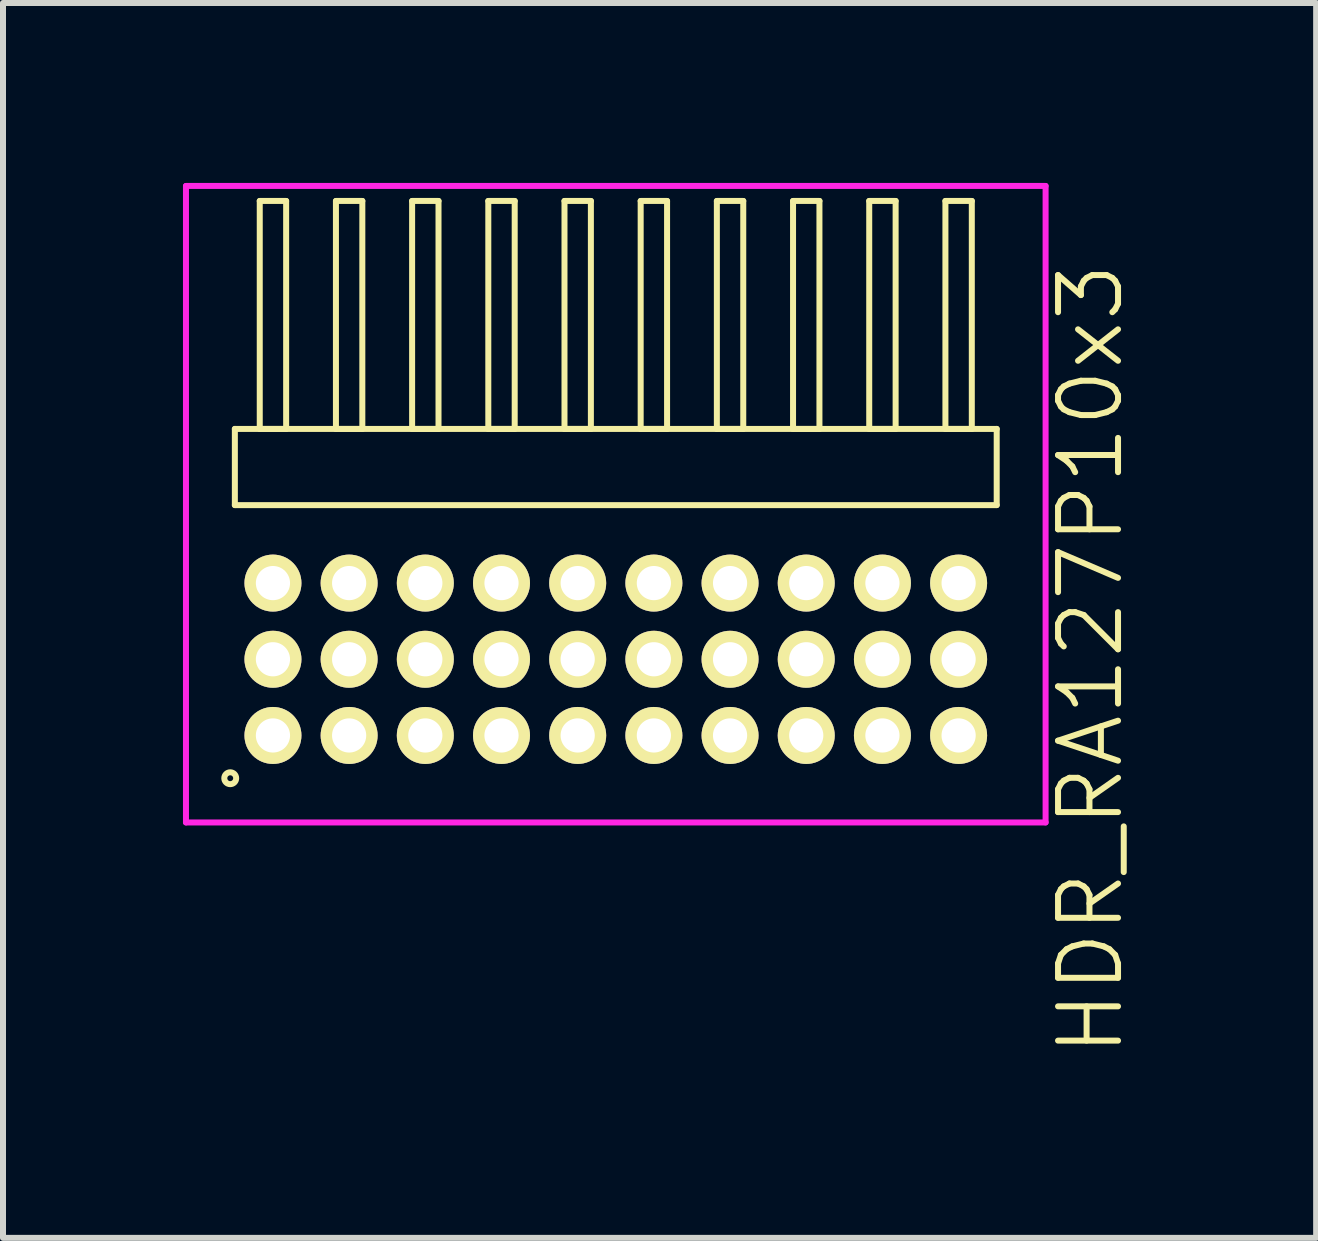
<source format=kicad_pcb>
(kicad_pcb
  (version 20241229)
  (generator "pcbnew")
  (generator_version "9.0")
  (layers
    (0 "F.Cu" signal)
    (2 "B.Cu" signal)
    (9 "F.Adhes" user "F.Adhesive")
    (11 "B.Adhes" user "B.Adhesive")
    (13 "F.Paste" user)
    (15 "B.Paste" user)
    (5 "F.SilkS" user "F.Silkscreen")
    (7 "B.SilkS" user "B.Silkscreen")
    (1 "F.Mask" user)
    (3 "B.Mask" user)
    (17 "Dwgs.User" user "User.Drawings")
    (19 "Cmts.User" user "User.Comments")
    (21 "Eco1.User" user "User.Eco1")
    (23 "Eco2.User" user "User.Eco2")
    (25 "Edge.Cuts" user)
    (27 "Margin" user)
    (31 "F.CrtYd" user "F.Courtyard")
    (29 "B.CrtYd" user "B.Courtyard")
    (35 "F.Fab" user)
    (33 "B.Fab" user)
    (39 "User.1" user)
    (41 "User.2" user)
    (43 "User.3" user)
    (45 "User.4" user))
  (footprint "HDR_RA127P10x3"
    (layer "F.Cu")
    (at 7.215 7.94)
    (property "Reference" "HDR_RA127P10x3" (at 7.915 0 90) (layer "F.SilkS") (effects (font (size 1 1) (thickness 0.1))))
    (attr through_hole)
    (fp_line (start -6.35 -3.84) (end -6.35 -2.57) (stroke (width 0.1) (type solid)) (layer "F.SilkS"))
    (fp_line (start -6.35 -2.57) (end 6.35 -2.57) (stroke (width 0.1) (type solid)) (layer "F.SilkS"))
    (fp_line (start -5.935 -7.64) (end -5.935 -3.84) (stroke (width 0.1) (type solid)) (layer "F.SilkS"))
    (fp_line (start -5.935 -3.84) (end -5.495 -3.84) (stroke (width 0.1) (type solid)) (layer "F.SilkS"))
    (fp_line (start -5.495 -7.64) (end -5.935 -7.64) (stroke (width 0.1) (type solid)) (layer "F.SilkS"))
    (fp_line (start -5.495 -3.84) (end -5.495 -7.64) (stroke (width 0.1) (type solid)) (layer "F.SilkS"))
    (fp_line (start -4.665 -7.64) (end -4.665 -3.84) (stroke (width 0.1) (type solid)) (layer "F.SilkS"))
    (fp_line (start -4.665 -3.84) (end -4.225 -3.84) (stroke (width 0.1) (type solid)) (layer "F.SilkS"))
    (fp_line (start -4.225 -7.64) (end -4.665 -7.64) (stroke (width 0.1) (type solid)) (layer "F.SilkS"))
    (fp_line (start -4.225 -3.84) (end -4.225 -7.64) (stroke (width 0.1) (type solid)) (layer "F.SilkS"))
    (fp_line (start -3.395 -7.64) (end -3.395 -3.84) (stroke (width 0.1) (type solid)) (layer "F.SilkS"))
    (fp_line (start -3.395 -3.84) (end -2.955 -3.84) (stroke (width 0.1) (type solid)) (layer "F.SilkS"))
    (fp_line (start -2.955 -7.64) (end -3.395 -7.64) (stroke (width 0.1) (type solid)) (layer "F.SilkS"))
    (fp_line (start -2.955 -3.84) (end -2.955 -7.64) (stroke (width 0.1) (type solid)) (layer "F.SilkS"))
    (fp_line (start -2.125 -7.64) (end -2.125 -3.84) (stroke (width 0.1) (type solid)) (layer "F.SilkS"))
    (fp_line (start -2.125 -3.84) (end -1.685 -3.84) (stroke (width 0.1) (type solid)) (layer "F.SilkS"))
    (fp_line (start -1.685 -7.64) (end -2.125 -7.64) (stroke (width 0.1) (type solid)) (layer "F.SilkS"))
    (fp_line (start -1.685 -3.84) (end -1.685 -7.64) (stroke (width 0.1) (type solid)) (layer "F.SilkS"))
    (fp_line (start -0.855 -7.64) (end -0.855 -3.84) (stroke (width 0.1) (type solid)) (layer "F.SilkS"))
    (fp_line (start -0.855 -3.84) (end -0.415 -3.84) (stroke (width 0.1) (type solid)) (layer "F.SilkS"))
    (fp_line (start -0.415 -7.64) (end -0.855 -7.64) (stroke (width 0.1) (type solid)) (layer "F.SilkS"))
    (fp_line (start -0.415 -3.84) (end -0.415 -7.64) (stroke (width 0.1) (type solid)) (layer "F.SilkS"))
    (fp_line (start 0.415 -7.64) (end 0.415 -3.84) (stroke (width 0.1) (type solid)) (layer "F.SilkS"))
    (fp_line (start 0.415 -3.84) (end 0.855 -3.84) (stroke (width 0.1) (type solid)) (layer "F.SilkS"))
    (fp_line (start 0.855 -7.64) (end 0.415 -7.64) (stroke (width 0.1) (type solid)) (layer "F.SilkS"))
    (fp_line (start 0.855 -3.84) (end 0.855 -7.64) (stroke (width 0.1) (type solid)) (layer "F.SilkS"))
    (fp_line (start 1.685 -7.64) (end 1.685 -3.84) (stroke (width 0.1) (type solid)) (layer "F.SilkS"))
    (fp_line (start 1.685 -3.84) (end 2.125 -3.84) (stroke (width 0.1) (type solid)) (layer "F.SilkS"))
    (fp_line (start 2.125 -7.64) (end 1.685 -7.64) (stroke (width 0.1) (type solid)) (layer "F.SilkS"))
    (fp_line (start 2.125 -3.84) (end 2.125 -7.64) (stroke (width 0.1) (type solid)) (layer "F.SilkS"))
    (fp_line (start 2.955 -7.64) (end 2.955 -3.84) (stroke (width 0.1) (type solid)) (layer "F.SilkS"))
    (fp_line (start 2.955 -3.84) (end 3.395 -3.84) (stroke (width 0.1) (type solid)) (layer "F.SilkS"))
    (fp_line (start 3.395 -7.64) (end 2.955 -7.64) (stroke (width 0.1) (type solid)) (layer "F.SilkS"))
    (fp_line (start 3.395 -3.84) (end 3.395 -7.64) (stroke (width 0.1) (type solid)) (layer "F.SilkS"))
    (fp_line (start 4.225 -7.64) (end 4.225 -3.84) (stroke (width 0.1) (type solid)) (layer "F.SilkS"))
    (fp_line (start 4.225 -3.84) (end 4.665 -3.84) (stroke (width 0.1) (type solid)) (layer "F.SilkS"))
    (fp_line (start 4.665 -7.64) (end 4.225 -7.64) (stroke (width 0.1) (type solid)) (layer "F.SilkS"))
    (fp_line (start 4.665 -3.84) (end 4.665 -7.64) (stroke (width 0.1) (type solid)) (layer "F.SilkS"))
    (fp_line (start 5.495 -7.64) (end 5.495 -3.84) (stroke (width 0.1) (type solid)) (layer "F.SilkS"))
    (fp_line (start 5.495 -3.84) (end 5.935 -3.84) (stroke (width 0.1) (type solid)) (layer "F.SilkS"))
    (fp_line (start 5.935 -7.64) (end 5.495 -7.64) (stroke (width 0.1) (type solid)) (layer "F.SilkS"))
    (fp_line (start 5.935 -3.84) (end 5.935 -7.64) (stroke (width 0.1) (type solid)) (layer "F.SilkS"))
    (fp_line (start 6.35 -3.84) (end -6.35 -3.84) (stroke (width 0.1) (type solid)) (layer "F.SilkS"))
    (fp_line (start 6.35 -2.57) (end 6.35 -3.84) (stroke (width 0.1) (type solid)) (layer "F.SilkS"))
    (fp_circle (center -6.427 1.983) (end -6.328 1.983) (stroke (width 0.1) (type solid)) (fill no) (layer "F.SilkS"))
    (fp_line (start -7.165 -7.89) (end -7.165 2.72) (stroke (width 0.1) (type solid)) (layer "F.CrtYd"))
    (fp_line (start -7.165 2.72) (end 7.165 2.72) (stroke (width 0.1) (type solid)) (layer "F.CrtYd"))
    (fp_line (start 7.165 -7.89) (end -7.165 -7.89) (stroke (width 0.1) (type solid)) (layer "F.CrtYd"))
    (fp_line (start 7.165 2.72) (end 7.165 -7.89) (stroke (width 0.1) (type solid)) (layer "F.CrtYd"))
    (pad "1" thru_hole oval (at -5.715 1.27) (size 0.95 0.95) (drill 0.57) (layers "*.Cu" "*.Mask" "F.SilkS"))
    (pad "2" thru_hole oval (at -5.715 0) (size 0.95 0.95) (drill 0.57) (layers "*.Cu" "*.Mask" "F.SilkS"))
    (pad "3" thru_hole oval (at -5.715 -1.27) (size 0.95 0.95) (drill 0.57) (layers "*.Cu" "*.Mask" "F.SilkS"))
    (pad "4" thru_hole oval (at -4.445 1.27) (size 0.95 0.95) (drill 0.57) (layers "*.Cu" "*.Mask" "F.SilkS"))
    (pad "5" thru_hole oval (at -4.445 0) (size 0.95 0.95) (drill 0.57) (layers "*.Cu" "*.Mask" "F.SilkS"))
    (pad "6" thru_hole oval (at -4.445 -1.27) (size 0.95 0.95) (drill 0.57) (layers "*.Cu" "*.Mask" "F.SilkS"))
    (pad "7" thru_hole oval (at -3.175 1.27) (size 0.95 0.95) (drill 0.57) (layers "*.Cu" "*.Mask" "F.SilkS"))
    (pad "8" thru_hole oval (at -3.175 0) (size 0.95 0.95) (drill 0.57) (layers "*.Cu" "*.Mask" "F.SilkS"))
    (pad "9" thru_hole oval (at -3.175 -1.27) (size 0.95 0.95) (drill 0.57) (layers "*.Cu" "*.Mask" "F.SilkS"))
    (pad "10" thru_hole oval (at -1.905 1.27) (size 0.95 0.95) (drill 0.57) (layers "*.Cu" "*.Mask" "F.SilkS"))
    (pad "11" thru_hole oval (at -1.905 0) (size 0.95 0.95) (drill 0.57) (layers "*.Cu" "*.Mask" "F.SilkS"))
    (pad "12" thru_hole oval (at -1.905 -1.27) (size 0.95 0.95) (drill 0.57) (layers "*.Cu" "*.Mask" "F.SilkS"))
    (pad "13" thru_hole oval (at -0.635 1.27) (size 0.95 0.95) (drill 0.57) (layers "*.Cu" "*.Mask" "F.SilkS"))
    (pad "14" thru_hole oval (at -0.635 0) (size 0.95 0.95) (drill 0.57) (layers "*.Cu" "*.Mask" "F.SilkS"))
    (pad "15" thru_hole oval (at -0.635 -1.27) (size 0.95 0.95) (drill 0.57) (layers "*.Cu" "*.Mask" "F.SilkS"))
    (pad "16" thru_hole oval (at 0.635 1.27) (size 0.95 0.95) (drill 0.57) (layers "*.Cu" "*.Mask" "F.SilkS"))
    (pad "17" thru_hole oval (at 0.635 0) (size 0.95 0.95) (drill 0.57) (layers "*.Cu" "*.Mask" "F.SilkS"))
    (pad "18" thru_hole oval (at 0.635 -1.27) (size 0.95 0.95) (drill 0.57) (layers "*.Cu" "*.Mask" "F.SilkS"))
    (pad "19" thru_hole oval (at 1.905 1.27) (size 0.95 0.95) (drill 0.57) (layers "*.Cu" "*.Mask" "F.SilkS"))
    (pad "20" thru_hole oval (at 1.905 0) (size 0.95 0.95) (drill 0.57) (layers "*.Cu" "*.Mask" "F.SilkS"))
    (pad "21" thru_hole oval (at 1.905 -1.27) (size 0.95 0.95) (drill 0.57) (layers "*.Cu" "*.Mask" "F.SilkS"))
    (pad "22" thru_hole oval (at 3.175 1.27) (size 0.95 0.95) (drill 0.57) (layers "*.Cu" "*.Mask" "F.SilkS"))
    (pad "23" thru_hole oval (at 3.175 0) (size 0.95 0.95) (drill 0.57) (layers "*.Cu" "*.Mask" "F.SilkS"))
    (pad "24" thru_hole oval (at 3.175 -1.27) (size 0.95 0.95) (drill 0.57) (layers "*.Cu" "*.Mask" "F.SilkS"))
    (pad "25" thru_hole oval (at 4.445 1.27) (size 0.95 0.95) (drill 0.57) (layers "*.Cu" "*.Mask" "F.SilkS"))
    (pad "26" thru_hole oval (at 4.445 0) (size 0.95 0.95) (drill 0.57) (layers "*.Cu" "*.Mask" "F.SilkS"))
    (pad "27" thru_hole oval (at 4.445 -1.27) (size 0.95 0.95) (drill 0.57) (layers "*.Cu" "*.Mask" "F.SilkS"))
    (pad "28" thru_hole oval (at 5.715 1.27) (size 0.95 0.95) (drill 0.57) (layers "*.Cu" "*.Mask" "F.SilkS"))
    (pad "29" thru_hole oval (at 5.715 0) (size 0.95 0.95) (drill 0.57) (layers "*.Cu" "*.Mask" "F.SilkS"))
    (pad "30" thru_hole oval (at 5.715 -1.27) (size 0.95 0.95) (drill 0.57) (layers "*.Cu" "*.Mask" "F.SilkS")))
  (gr_rect
    (start -3 -3)
    (end 18.89 17.585)
    (stroke (width 0.1) (type default))
    (fill no)
    (layer "Edge.Cuts")))
</source>
